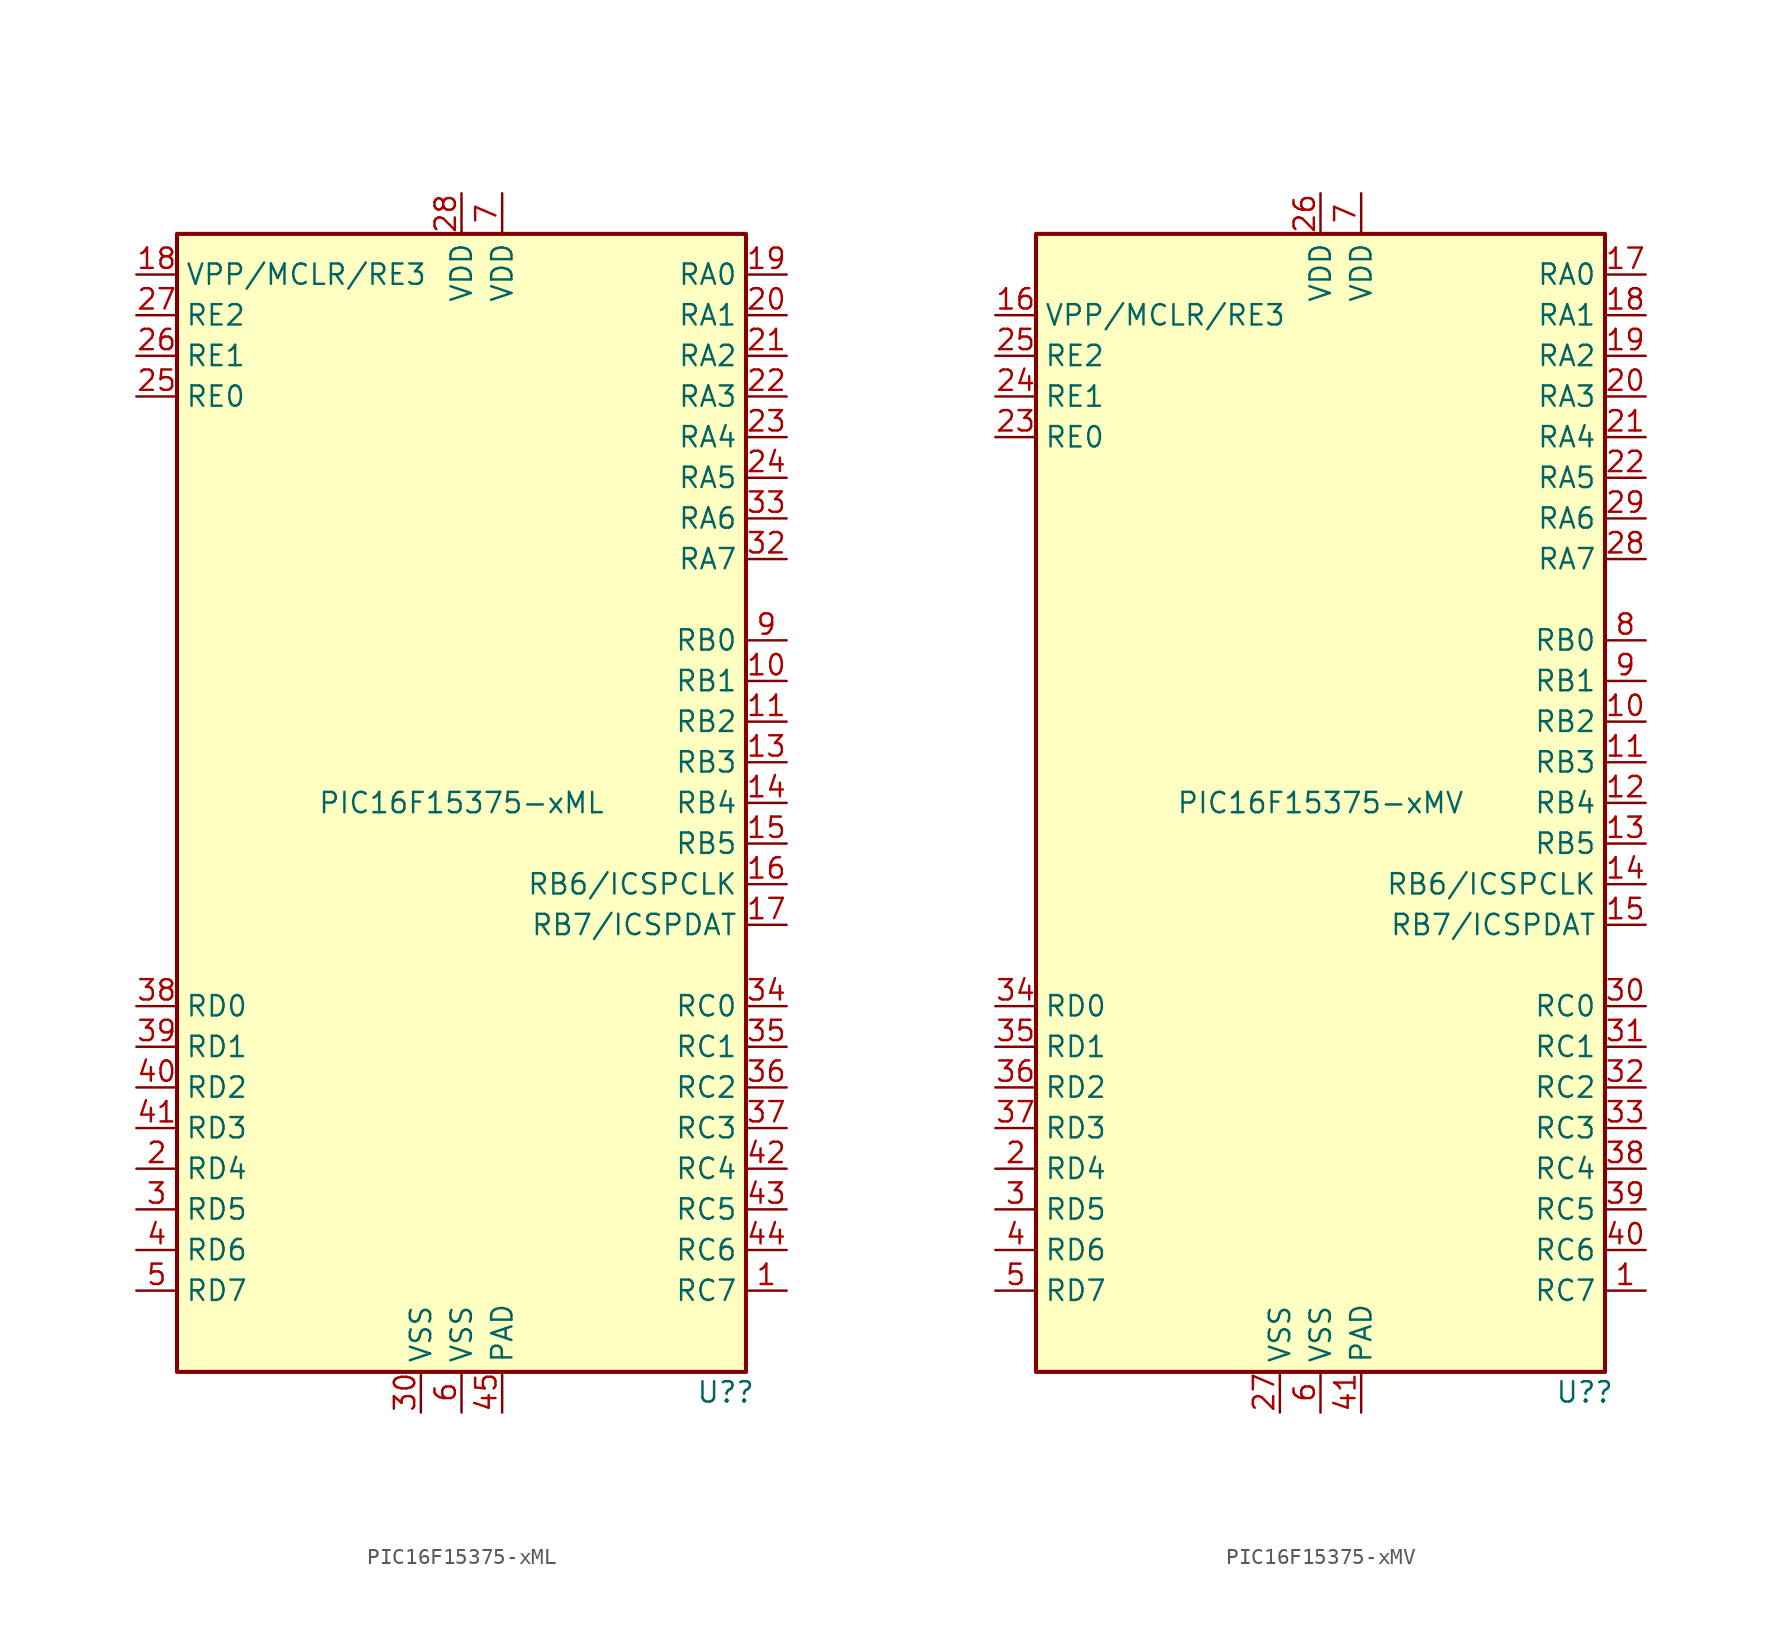
<source format=kicad_sym>
(kicad_symbol_lib
  (version 20201005)
  (generator kicad_symbol_editor)
  (symbol "MCU_Microchip_PIC16:PIC16F15375-xML"
    (property "Reference" "U?"
      (at 16.51 -36.83 0)
      (effects (font (size 1.27 1.27))))
    (property "Value" "PIC16F15375-xML"
      (at 0 0 0)
      (effects (font (size 1.27 1.27))))
    (symbol "PIC16F15375-xML_0_0"
      (pin no_connect line (at -20.32 0 0) (length 2.54) hide (name "NC" (effects (font (size 1.27 1.27)))) (number "13" (effects (font (size 1.27 1.27)))))
      (pin no_connect line (at -20.32 2.54 0) (length 2.54) hide (name "NC" (effects (font (size 1.27 1.27)))) (number "29" (effects (font (size 1.27 1.27)))))
      (pin no_connect line (at -20.32 7.62 0) (length 2.54) hide (name "NC" (effects (font (size 1.27 1.27)))) (number "31" (effects (font (size 1.27 1.27)))))
      (pin power_in line (at 2.54 -38.1 90) (length 2.54) (name "PAD" (effects (font (size 1.27 1.27)))) (number "45" (effects (font (size 1.27 1.27)))))
      (pin no_connect line (at -20.32 5.08 0) (length 2.54) hide (name "NC" (effects (font (size 1.27 1.27)))) (number "8" (effects (font (size 1.27 1.27))))))
    (symbol "PIC16F15375-xML_0_1"
      (rectangle (start -17.78 35.56) (end 17.78 -35.56) (stroke (width 0.254)) (fill (type background))))
    (symbol "PIC16F15375-xML_1_1"
      (pin bidirectional line (at 20.32 -30.48 180) (length 2.54) (name "RC7" (effects (font (size 1.27 1.27)))) (number "1" (effects (font (size 1.27 1.27)))))
      (pin bidirectional line (at 20.32 7.62 180) (length 2.54) (name "RB1" (effects (font (size 1.27 1.27)))) (number "10" (effects (font (size 1.27 1.27)))))
      (pin bidirectional line (at 20.32 5.08 180) (length 2.54) (name "RB2" (effects (font (size 1.27 1.27)))) (number "11" (effects (font (size 1.27 1.27)))))
      (pin bidirectional line (at 20.32 2.54 180) (length 2.54) (name "RB3" (effects (font (size 1.27 1.27)))) (number "13" (effects (font (size 1.27 1.27)))))
      (pin bidirectional line (at 20.32 0 180) (length 2.54) (name "RB4" (effects (font (size 1.27 1.27)))) (number "14" (effects (font (size 1.27 1.27)))))
      (pin bidirectional line (at 20.32 -2.54 180) (length 2.54) (name "RB5" (effects (font (size 1.27 1.27)))) (number "15" (effects (font (size 1.27 1.27)))))
      (pin bidirectional line (at 20.32 -5.08 180) (length 2.54) (name "RB6/ICSPCLK" (effects (font (size 1.27 1.27)))) (number "16" (effects (font (size 1.27 1.27)))))
      (pin bidirectional line (at 20.32 -7.62 180) (length 2.54) (name "RB7/ICSPDAT" (effects (font (size 1.27 1.27)))) (number "17" (effects (font (size 1.27 1.27)))))
      (pin bidirectional line (at -20.32 33.02 0) (length 2.54) (name "VPP/MCLR/RE3" (effects (font (size 1.27 1.27)))) (number "18" (effects (font (size 1.27 1.27)))))
      (pin bidirectional line (at 20.32 33.02 180) (length 2.54) (name "RA0" (effects (font (size 1.27 1.27)))) (number "19" (effects (font (size 1.27 1.27)))))
      (pin bidirectional line (at -20.32 -22.86 0) (length 2.54) (name "RD4" (effects (font (size 1.27 1.27)))) (number "2" (effects (font (size 1.27 1.27)))))
      (pin bidirectional line (at 20.32 30.48 180) (length 2.54) (name "RA1" (effects (font (size 1.27 1.27)))) (number "20" (effects (font (size 1.27 1.27)))))
      (pin bidirectional line (at 20.32 27.94 180) (length 2.54) (name "RA2" (effects (font (size 1.27 1.27)))) (number "21" (effects (font (size 1.27 1.27)))))
      (pin bidirectional line (at 20.32 25.4 180) (length 2.54) (name "RA3" (effects (font (size 1.27 1.27)))) (number "22" (effects (font (size 1.27 1.27)))))
      (pin bidirectional line (at 20.32 22.86 180) (length 2.54) (name "RA4" (effects (font (size 1.27 1.27)))) (number "23" (effects (font (size 1.27 1.27)))))
      (pin bidirectional line (at 20.32 20.32 180) (length 2.54) (name "RA5" (effects (font (size 1.27 1.27)))) (number "24" (effects (font (size 1.27 1.27)))))
      (pin bidirectional line (at -20.32 25.4 0) (length 2.54) (name "RE0" (effects (font (size 1.27 1.27)))) (number "25" (effects (font (size 1.27 1.27)))))
      (pin bidirectional line (at -20.32 27.94 0) (length 2.54) (name "RE1" (effects (font (size 1.27 1.27)))) (number "26" (effects (font (size 1.27 1.27)))))
      (pin bidirectional line (at -20.32 30.48 0) (length 2.54) (name "RE2" (effects (font (size 1.27 1.27)))) (number "27" (effects (font (size 1.27 1.27)))))
      (pin power_in line (at 0 38.1 270) (length 2.54) (name "VDD" (effects (font (size 1.27 1.27)))) (number "28" (effects (font (size 1.27 1.27)))))
      (pin bidirectional line (at -20.32 -25.4 0) (length 2.54) (name "RD5" (effects (font (size 1.27 1.27)))) (number "3" (effects (font (size 1.27 1.27)))))
      (pin power_in line (at -2.54 -38.1 90) (length 2.54) (name "VSS" (effects (font (size 1.27 1.27)))) (number "30" (effects (font (size 1.27 1.27)))))
      (pin bidirectional line (at 20.32 15.24 180) (length 2.54) (name "RA7" (effects (font (size 1.27 1.27)))) (number "32" (effects (font (size 1.27 1.27)))))
      (pin bidirectional line (at 20.32 17.78 180) (length 2.54) (name "RA6" (effects (font (size 1.27 1.27)))) (number "33" (effects (font (size 1.27 1.27)))))
      (pin bidirectional line (at 20.32 -12.7 180) (length 2.54) (name "RC0" (effects (font (size 1.27 1.27)))) (number "34" (effects (font (size 1.27 1.27)))))
      (pin bidirectional line (at 20.32 -15.24 180) (length 2.54) (name "RC1" (effects (font (size 1.27 1.27)))) (number "35" (effects (font (size 1.27 1.27)))))
      (pin bidirectional line (at 20.32 -17.78 180) (length 2.54) (name "RC2" (effects (font (size 1.27 1.27)))) (number "36" (effects (font (size 1.27 1.27)))))
      (pin bidirectional line (at 20.32 -20.32 180) (length 2.54) (name "RC3" (effects (font (size 1.27 1.27)))) (number "37" (effects (font (size 1.27 1.27)))))
      (pin bidirectional line (at -20.32 -12.7 0) (length 2.54) (name "RD0" (effects (font (size 1.27 1.27)))) (number "38" (effects (font (size 1.27 1.27)))))
      (pin bidirectional line (at -20.32 -15.24 0) (length 2.54) (name "RD1" (effects (font (size 1.27 1.27)))) (number "39" (effects (font (size 1.27 1.27)))))
      (pin bidirectional line (at -20.32 -27.94 0) (length 2.54) (name "RD6" (effects (font (size 1.27 1.27)))) (number "4" (effects (font (size 1.27 1.27)))))
      (pin bidirectional line (at -20.32 -17.78 0) (length 2.54) (name "RD2" (effects (font (size 1.27 1.27)))) (number "40" (effects (font (size 1.27 1.27)))))
      (pin bidirectional line (at -20.32 -20.32 0) (length 2.54) (name "RD3" (effects (font (size 1.27 1.27)))) (number "41" (effects (font (size 1.27 1.27)))))
      (pin bidirectional line (at 20.32 -22.86 180) (length 2.54) (name "RC4" (effects (font (size 1.27 1.27)))) (number "42" (effects (font (size 1.27 1.27)))))
      (pin bidirectional line (at 20.32 -25.4 180) (length 2.54) (name "RC5" (effects (font (size 1.27 1.27)))) (number "43" (effects (font (size 1.27 1.27)))))
      (pin bidirectional line (at 20.32 -27.94 180) (length 2.54) (name "RC6" (effects (font (size 1.27 1.27)))) (number "44" (effects (font (size 1.27 1.27)))))
      (pin bidirectional line (at -20.32 -30.48 0) (length 2.54) (name "RD7" (effects (font (size 1.27 1.27)))) (number "5" (effects (font (size 1.27 1.27)))))
      (pin power_in line (at 0 -38.1 90) (length 2.54) (name "VSS" (effects (font (size 1.27 1.27)))) (number "6" (effects (font (size 1.27 1.27)))))
      (pin power_in line (at 2.54 38.1 270) (length 2.54) (name "VDD" (effects (font (size 1.27 1.27)))) (number "7" (effects (font (size 1.27 1.27)))))
      (pin bidirectional line (at 20.32 10.16 180) (length 2.54) (name "RB0" (effects (font (size 1.27 1.27)))) (number "9" (effects (font (size 1.27 1.27)))))))
  (symbol "MCU_Microchip_PIC16:PIC16F15375-xMV"
    (property "Reference" "U?"
      (at 16.51 -36.83 0)
      (effects (font (size 1.27 1.27))))
    (property "Value" "PIC16F15375-xMV"
      (at 0 0 0)
      (effects (font (size 1.27 1.27))))
    (symbol "PIC16F15375-xMV_0_0"
      (pin power_in line (at 2.54 -38.1 90) (length 2.54) (name "PAD" (effects (font (size 1.27 1.27)))) (number "41" (effects (font (size 1.27 1.27))))))
    (symbol "PIC16F15375-xMV_0_1"
      (rectangle (start -17.78 35.56) (end 17.78 -35.56) (stroke (width 0.254)) (fill (type background))))
    (symbol "PIC16F15375-xMV_1_1"
      (pin bidirectional line (at 20.32 -30.48 180) (length 2.54) (name "RC7" (effects (font (size 1.27 1.27)))) (number "1" (effects (font (size 1.27 1.27)))))
      (pin bidirectional line (at 20.32 5.08 180) (length 2.54) (name "RB2" (effects (font (size 1.27 1.27)))) (number "10" (effects (font (size 1.27 1.27)))))
      (pin bidirectional line (at 20.32 2.54 180) (length 2.54) (name "RB3" (effects (font (size 1.27 1.27)))) (number "11" (effects (font (size 1.27 1.27)))))
      (pin bidirectional line (at 20.32 0 180) (length 2.54) (name "RB4" (effects (font (size 1.27 1.27)))) (number "12" (effects (font (size 1.27 1.27)))))
      (pin bidirectional line (at 20.32 -2.54 180) (length 2.54) (name "RB5" (effects (font (size 1.27 1.27)))) (number "13" (effects (font (size 1.27 1.27)))))
      (pin bidirectional line (at 20.32 -5.08 180) (length 2.54) (name "RB6/ICSPCLK" (effects (font (size 1.27 1.27)))) (number "14" (effects (font (size 1.27 1.27)))))
      (pin bidirectional line (at 20.32 -7.62 180) (length 2.54) (name "RB7/ICSPDAT" (effects (font (size 1.27 1.27)))) (number "15" (effects (font (size 1.27 1.27)))))
      (pin bidirectional line (at -20.32 30.48 0) (length 2.54) (name "VPP/MCLR/RE3" (effects (font (size 1.27 1.27)))) (number "16" (effects (font (size 1.27 1.27)))))
      (pin bidirectional line (at 20.32 33.02 180) (length 2.54) (name "RA0" (effects (font (size 1.27 1.27)))) (number "17" (effects (font (size 1.27 1.27)))))
      (pin bidirectional line (at 20.32 30.48 180) (length 2.54) (name "RA1" (effects (font (size 1.27 1.27)))) (number "18" (effects (font (size 1.27 1.27)))))
      (pin bidirectional line (at 20.32 27.94 180) (length 2.54) (name "RA2" (effects (font (size 1.27 1.27)))) (number "19" (effects (font (size 1.27 1.27)))))
      (pin bidirectional line (at -20.32 -22.86 0) (length 2.54) (name "RD4" (effects (font (size 1.27 1.27)))) (number "2" (effects (font (size 1.27 1.27)))))
      (pin bidirectional line (at 20.32 25.4 180) (length 2.54) (name "RA3" (effects (font (size 1.27 1.27)))) (number "20" (effects (font (size 1.27 1.27)))))
      (pin bidirectional line (at 20.32 22.86 180) (length 2.54) (name "RA4" (effects (font (size 1.27 1.27)))) (number "21" (effects (font (size 1.27 1.27)))))
      (pin bidirectional line (at 20.32 20.32 180) (length 2.54) (name "RA5" (effects (font (size 1.27 1.27)))) (number "22" (effects (font (size 1.27 1.27)))))
      (pin bidirectional line (at -20.32 22.86 0) (length 2.54) (name "RE0" (effects (font (size 1.27 1.27)))) (number "23" (effects (font (size 1.27 1.27)))))
      (pin bidirectional line (at -20.32 25.4 0) (length 2.54) (name "RE1" (effects (font (size 1.27 1.27)))) (number "24" (effects (font (size 1.27 1.27)))))
      (pin bidirectional line (at -20.32 27.94 0) (length 2.54) (name "RE2" (effects (font (size 1.27 1.27)))) (number "25" (effects (font (size 1.27 1.27)))))
      (pin power_in line (at 0 38.1 270) (length 2.54) (name "VDD" (effects (font (size 1.27 1.27)))) (number "26" (effects (font (size 1.27 1.27)))))
      (pin power_in line (at -2.54 -38.1 90) (length 2.54) (name "VSS" (effects (font (size 1.27 1.27)))) (number "27" (effects (font (size 1.27 1.27)))))
      (pin bidirectional line (at 20.32 15.24 180) (length 2.54) (name "RA7" (effects (font (size 1.27 1.27)))) (number "28" (effects (font (size 1.27 1.27)))))
      (pin bidirectional line (at 20.32 17.78 180) (length 2.54) (name "RA6" (effects (font (size 1.27 1.27)))) (number "29" (effects (font (size 1.27 1.27)))))
      (pin bidirectional line (at -20.32 -25.4 0) (length 2.54) (name "RD5" (effects (font (size 1.27 1.27)))) (number "3" (effects (font (size 1.27 1.27)))))
      (pin bidirectional line (at 20.32 -12.7 180) (length 2.54) (name "RC0" (effects (font (size 1.27 1.27)))) (number "30" (effects (font (size 1.27 1.27)))))
      (pin bidirectional line (at 20.32 -15.24 180) (length 2.54) (name "RC1" (effects (font (size 1.27 1.27)))) (number "31" (effects (font (size 1.27 1.27)))))
      (pin bidirectional line (at 20.32 -17.78 180) (length 2.54) (name "RC2" (effects (font (size 1.27 1.27)))) (number "32" (effects (font (size 1.27 1.27)))))
      (pin bidirectional line (at 20.32 -20.32 180) (length 2.54) (name "RC3" (effects (font (size 1.27 1.27)))) (number "33" (effects (font (size 1.27 1.27)))))
      (pin bidirectional line (at -20.32 -12.7 0) (length 2.54) (name "RD0" (effects (font (size 1.27 1.27)))) (number "34" (effects (font (size 1.27 1.27)))))
      (pin bidirectional line (at -20.32 -15.24 0) (length 2.54) (name "RD1" (effects (font (size 1.27 1.27)))) (number "35" (effects (font (size 1.27 1.27)))))
      (pin bidirectional line (at -20.32 -17.78 0) (length 2.54) (name "RD2" (effects (font (size 1.27 1.27)))) (number "36" (effects (font (size 1.27 1.27)))))
      (pin bidirectional line (at -20.32 -20.32 0) (length 2.54) (name "RD3" (effects (font (size 1.27 1.27)))) (number "37" (effects (font (size 1.27 1.27)))))
      (pin bidirectional line (at 20.32 -22.86 180) (length 2.54) (name "RC4" (effects (font (size 1.27 1.27)))) (number "38" (effects (font (size 1.27 1.27)))))
      (pin bidirectional line (at 20.32 -25.4 180) (length 2.54) (name "RC5" (effects (font (size 1.27 1.27)))) (number "39" (effects (font (size 1.27 1.27)))))
      (pin bidirectional line (at -20.32 -27.94 0) (length 2.54) (name "RD6" (effects (font (size 1.27 1.27)))) (number "4" (effects (font (size 1.27 1.27)))))
      (pin bidirectional line (at 20.32 -27.94 180) (length 2.54) (name "RC6" (effects (font (size 1.27 1.27)))) (number "40" (effects (font (size 1.27 1.27)))))
      (pin bidirectional line (at -20.32 -30.48 0) (length 2.54) (name "RD7" (effects (font (size 1.27 1.27)))) (number "5" (effects (font (size 1.27 1.27)))))
      (pin power_in line (at 0 -38.1 90) (length 2.54) (name "VSS" (effects (font (size 1.27 1.27)))) (number "6" (effects (font (size 1.27 1.27)))))
      (pin power_in line (at 2.54 38.1 270) (length 2.54) (name "VDD" (effects (font (size 1.27 1.27)))) (number "7" (effects (font (size 1.27 1.27)))))
      (pin bidirectional line (at 20.32 10.16 180) (length 2.54) (name "RB0" (effects (font (size 1.27 1.27)))) (number "8" (effects (font (size 1.27 1.27)))))
      (pin bidirectional line (at 20.32 7.62 180) (length 2.54) (name "RB1" (effects (font (size 1.27 1.27)))) (number "9" (effects (font (size 1.27 1.27))))))))
</source>
